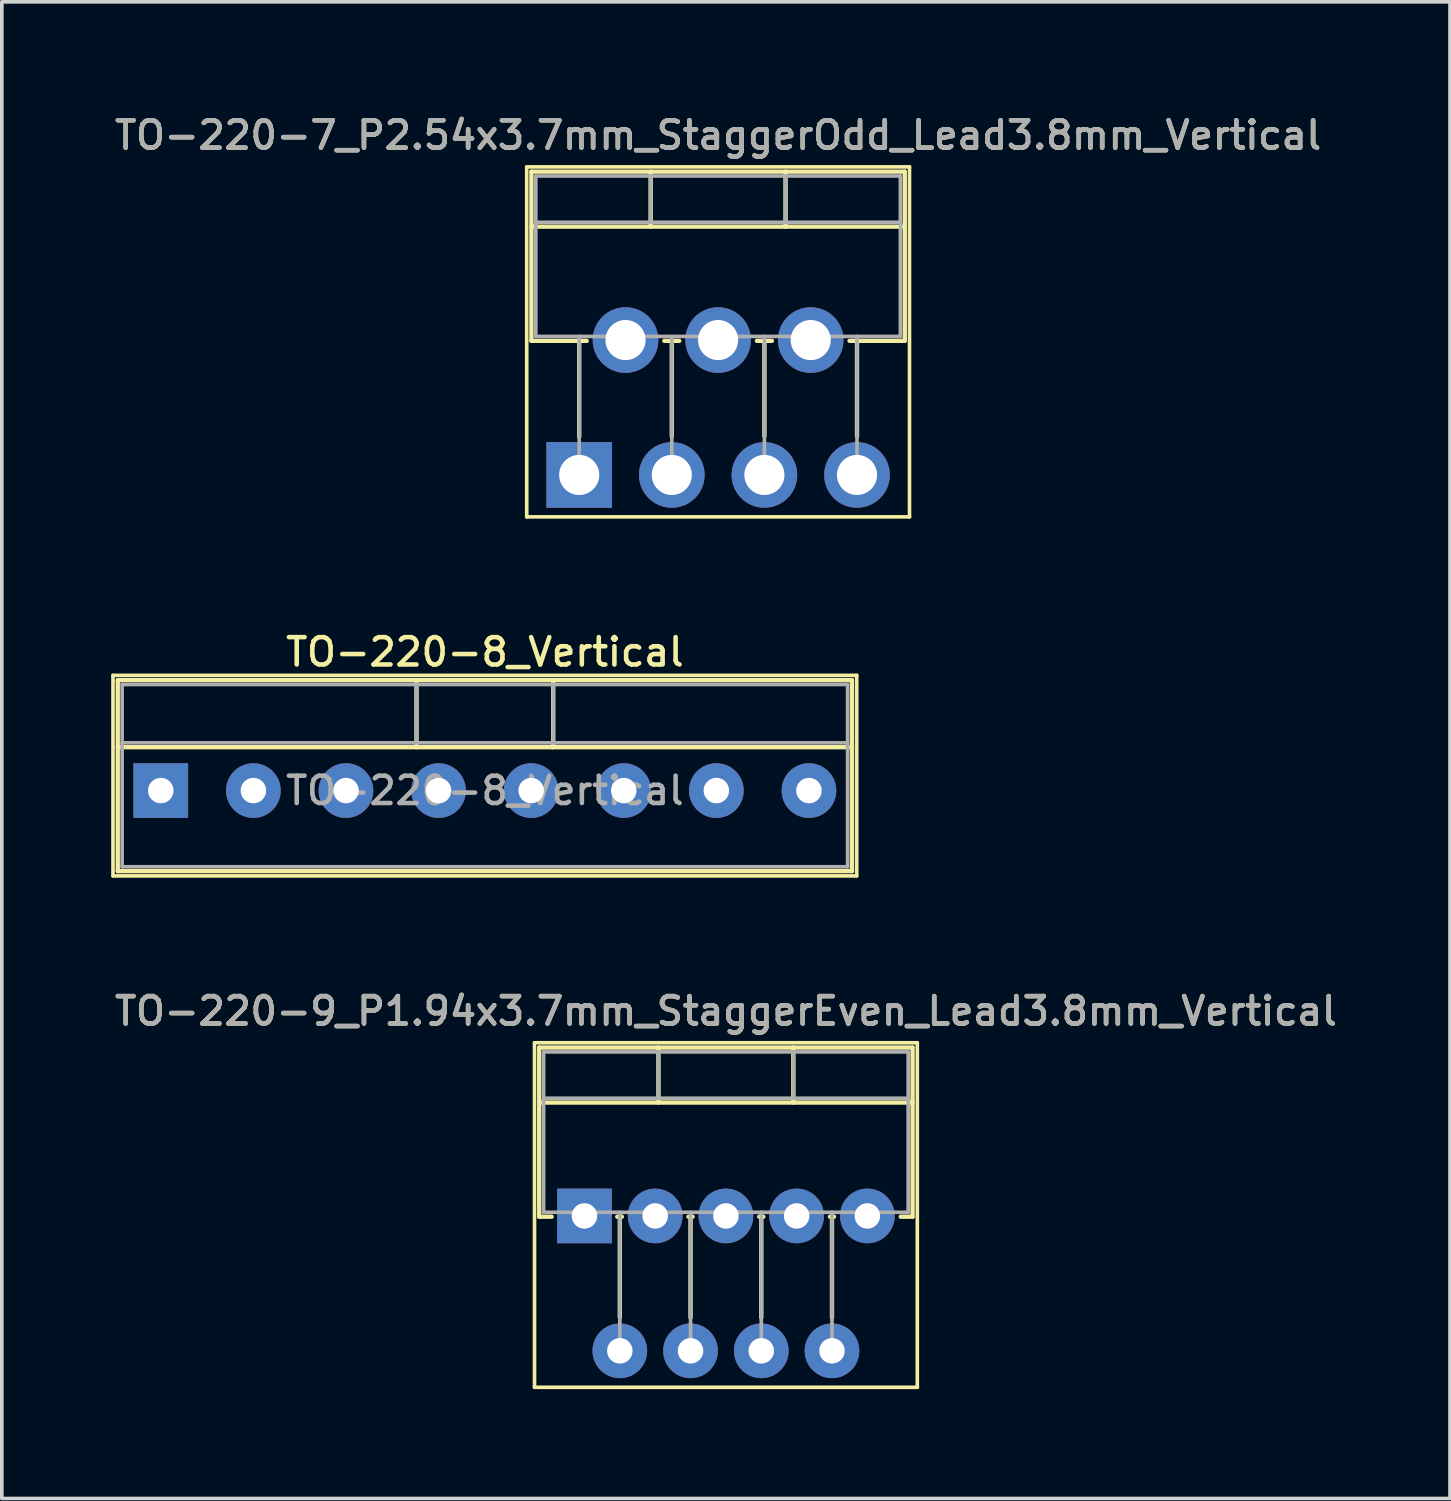
<source format=kicad_pcb>
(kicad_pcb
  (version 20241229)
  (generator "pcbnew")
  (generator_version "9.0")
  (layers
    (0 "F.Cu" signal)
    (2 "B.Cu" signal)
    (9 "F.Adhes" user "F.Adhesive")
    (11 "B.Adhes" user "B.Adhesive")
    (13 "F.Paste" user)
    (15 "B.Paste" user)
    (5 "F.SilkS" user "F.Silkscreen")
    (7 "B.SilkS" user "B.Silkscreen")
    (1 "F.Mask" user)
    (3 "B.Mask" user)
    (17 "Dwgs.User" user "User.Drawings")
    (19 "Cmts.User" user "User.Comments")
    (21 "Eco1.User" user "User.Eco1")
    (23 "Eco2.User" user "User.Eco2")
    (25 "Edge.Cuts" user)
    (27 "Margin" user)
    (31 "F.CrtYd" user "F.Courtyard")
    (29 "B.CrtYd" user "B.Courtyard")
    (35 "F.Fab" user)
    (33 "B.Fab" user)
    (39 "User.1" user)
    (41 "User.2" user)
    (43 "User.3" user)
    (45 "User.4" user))
  (footprint "TO-220-8_Vertical"
    (layer "F.Cu")
    (at 1.36 18.636)
    (property "Reference" "TO-220-8_Vertical" (at 8.89 -3.8 0) (layer "F.SilkS") (effects (font (size 0.75 0.75) (thickness 0.125))))
    (attr through_hole)
    (fp_line (start -1.31 -3.16) (end -1.31 2.34) (stroke (width 0.1) (type solid)) (layer "F.SilkS"))
    (fp_line (start -1.31 2.34) (end 19.09 2.34) (stroke (width 0.1) (type solid)) (layer "F.SilkS"))
    (fp_line (start -1.18 -3.03) (end -1.18 2.211) (stroke (width 0.12) (type solid)) (layer "F.SilkS"))
    (fp_line (start -1.18 -3.03) (end 18.96 -3.03) (stroke (width 0.12) (type solid)) (layer "F.SilkS"))
    (fp_line (start -1.18 -1.19) (end 18.96 -1.19) (stroke (width 0.12) (type solid)) (layer "F.SilkS"))
    (fp_line (start -1.18 2.21) (end 18.96 2.21) (stroke (width 0.12) (type solid)) (layer "F.SilkS"))
    (fp_line (start 7.015 -3.03) (end 7.015 -1.19) (stroke (width 0.12) (type solid)) (layer "F.SilkS"))
    (fp_line (start 10.765 -3.03) (end 10.765 -1.19) (stroke (width 0.12) (type solid)) (layer "F.SilkS"))
    (fp_line (start 18.96 -3.03) (end 18.96 2.21) (stroke (width 0.12) (type solid)) (layer "F.SilkS"))
    (fp_line (start 19.09 -3.16) (end -1.31 -3.16) (stroke (width 0.1) (type solid)) (layer "F.SilkS"))
    (fp_line (start 19.09 2.34) (end 19.09 -3.16) (stroke (width 0.1) (type solid)) (layer "F.SilkS"))
    (fp_line (start -1.06 -2.91) (end -1.06 2.09) (stroke (width 0.1) (type solid)) (layer "F.Fab"))
    (fp_line (start -1.06 -1.31) (end 18.84 -1.31) (stroke (width 0.1) (type solid)) (layer "F.Fab"))
    (fp_line (start -1.06 2.09) (end 18.84 2.09) (stroke (width 0.1) (type solid)) (layer "F.Fab"))
    (fp_line (start 7.015 -2.91) (end 7.015 -1.31) (stroke (width 0.1) (type solid)) (layer "F.Fab"))
    (fp_line (start 10.765 -2.91) (end 10.765 -1.31) (stroke (width 0.1) (type solid)) (layer "F.Fab"))
    (fp_line (start 18.84 -2.91) (end -1.06 -2.91) (stroke (width 0.1) (type solid)) (layer "F.Fab"))
    (fp_line (start 18.84 2.09) (end 18.84 -2.91) (stroke (width 0.1) (type solid)) (layer "F.Fab"))
    (fp_text user "${REFERENCE}" (at 8.89 0 0) (layer "F.Fab") (effects (font (size 0.75 0.75) (thickness 0.125))))
    (pad "1" thru_hole rect (at 0 0) (size 1.5 1.5) (drill 0.7) (layers "*.Cu" "*.Mask"))
    (pad "2" thru_hole oval (at 2.54 0) (size 1.5 1.5) (drill 0.7) (layers "*.Cu" "*.Mask"))
    (pad "3" thru_hole oval (at 5.08 0) (size 1.5 1.5) (drill 0.7) (layers "*.Cu" "*.Mask"))
    (pad "4" thru_hole oval (at 7.62 0) (size 1.5 1.5) (drill 0.7) (layers "*.Cu" "*.Mask"))
    (pad "5" thru_hole oval (at 10.16 0) (size 1.5 1.5) (drill 0.7) (layers "*.Cu" "*.Mask"))
    (pad "6" thru_hole oval (at 12.7 0) (size 1.5 1.5) (drill 0.7) (layers "*.Cu" "*.Mask"))
    (pad "7" thru_hole oval (at 15.24 0) (size 1.5 1.5) (drill 0.7) (layers "*.Cu" "*.Mask"))
    (pad "8" thru_hole oval (at 17.78 0) (size 1.5 1.5) (drill 0.7) (layers "*.Cu" "*.Mask")))
  (footprint "TO-220-9_P1.94x3.7mm_StaggerEven_Lead3.8mm_Vertical"
    (layer "F.Cu")
    (at 12.982 30.304)
    (property "Reference" "TO-220-9_P1.94x3.7mm_StaggerEven_Lead3.8mm_Vertical" (at 3.88 -5.62 0) (layer "F.SilkS") (effects (font (size 0.75 0.75) (thickness 0.125))))
    (attr through_hole)
    (fp_line (start -1.37 -4.75) (end -1.37 4.7) (stroke (width 0.1) (type solid)) (layer "F.SilkS"))
    (fp_line (start -1.37 4.7) (end 9.13 4.7) (stroke (width 0.1) (type solid)) (layer "F.SilkS"))
    (fp_line (start -1.241 -4.62) (end -1.241 0.021) (stroke (width 0.12) (type solid)) (layer "F.SilkS"))
    (fp_line (start -1.241 -4.62) (end 9 -4.62) (stroke (width 0.12) (type solid)) (layer "F.SilkS"))
    (fp_line (start -1.241 -3.111) (end 9 -3.111) (stroke (width 0.12) (type solid)) (layer "F.SilkS"))
    (fp_line (start -1.241 0.021) (end -0.9 0.021) (stroke (width 0.12) (type solid)) (layer "F.SilkS"))
    (fp_line (start 0.9 0.021) (end 1.025 0.021) (stroke (width 0.12) (type solid)) (layer "F.SilkS"))
    (fp_line (start 0.97 0.021) (end 0.97 2.785) (stroke (width 0.12) (type solid)) (layer "F.SilkS"))
    (fp_line (start 2.03 -4.62) (end 2.03 -3.111) (stroke (width 0.12) (type solid)) (layer "F.SilkS"))
    (fp_line (start 2.855 0.021) (end 2.965 0.021) (stroke (width 0.12) (type solid)) (layer "F.SilkS"))
    (fp_line (start 2.91 0.021) (end 2.91 2.785) (stroke (width 0.12) (type solid)) (layer "F.SilkS"))
    (fp_line (start 4.795 0.021) (end 4.905 0.021) (stroke (width 0.12) (type solid)) (layer "F.SilkS"))
    (fp_line (start 4.85 0.021) (end 4.85 2.785) (stroke (width 0.12) (type solid)) (layer "F.SilkS"))
    (fp_line (start 5.73 -4.62) (end 5.73 -3.111) (stroke (width 0.12) (type solid)) (layer "F.SilkS"))
    (fp_line (start 6.735 0.021) (end 6.845 0.021) (stroke (width 0.12) (type solid)) (layer "F.SilkS"))
    (fp_line (start 6.79 0.021) (end 6.79 2.785) (stroke (width 0.12) (type solid)) (layer "F.SilkS"))
    (fp_line (start 8.675 0.021) (end 9 0.021) (stroke (width 0.12) (type solid)) (layer "F.SilkS"))
    (fp_line (start 9 -4.62) (end 9 0.021) (stroke (width 0.12) (type solid)) (layer "F.SilkS"))
    (fp_line (start 9.13 -4.75) (end -1.37 -4.75) (stroke (width 0.1) (type solid)) (layer "F.SilkS"))
    (fp_line (start 9.13 4.7) (end 9.13 -4.75) (stroke (width 0.1) (type solid)) (layer "F.SilkS"))
    (fp_line (start -1.12 -4.5) (end -1.12 -0.1) (stroke (width 0.1) (type solid)) (layer "F.Fab"))
    (fp_line (start -1.12 -3.23) (end 8.88 -3.23) (stroke (width 0.1) (type solid)) (layer "F.Fab"))
    (fp_line (start -1.12 -0.1) (end 8.88 -0.1) (stroke (width 0.1) (type solid)) (layer "F.Fab"))
    (fp_line (start 0 -0.1) (end 0 0) (stroke (width 0.1) (type solid)) (layer "F.Fab"))
    (fp_line (start 0.97 -0.1) (end 0.97 3.7) (stroke (width 0.1) (type solid)) (layer "F.Fab"))
    (fp_line (start 1.94 -0.1) (end 1.94 0) (stroke (width 0.1) (type solid)) (layer "F.Fab"))
    (fp_line (start 2.03 -4.5) (end 2.03 -3.23) (stroke (width 0.1) (type solid)) (layer "F.Fab"))
    (fp_line (start 2.91 -0.1) (end 2.91 3.7) (stroke (width 0.1) (type solid)) (layer "F.Fab"))
    (fp_line (start 3.88 -0.1) (end 3.88 0) (stroke (width 0.1) (type solid)) (layer "F.Fab"))
    (fp_line (start 4.85 -0.1) (end 4.85 3.7) (stroke (width 0.1) (type solid)) (layer "F.Fab"))
    (fp_line (start 5.73 -4.5) (end 5.73 -3.23) (stroke (width 0.1) (type solid)) (layer "F.Fab"))
    (fp_line (start 5.82 -0.1) (end 5.82 0) (stroke (width 0.1) (type solid)) (layer "F.Fab"))
    (fp_line (start 6.79 -0.1) (end 6.79 3.7) (stroke (width 0.1) (type solid)) (layer "F.Fab"))
    (fp_line (start 7.76 -0.1) (end 7.76 0) (stroke (width 0.1) (type solid)) (layer "F.Fab"))
    (fp_line (start 8.88 -4.5) (end -1.12 -4.5) (stroke (width 0.1) (type solid)) (layer "F.Fab"))
    (fp_line (start 8.88 -0.1) (end 8.88 -4.5) (stroke (width 0.1) (type solid)) (layer "F.Fab"))
    (fp_text user "${REFERENCE}" (at 3.88 -5.62 0) (layer "F.Fab") (effects (font (size 0.75 0.75) (thickness 0.125))))
    (pad "1" thru_hole rect (at 0 0) (size 1.5 1.5) (drill 0.7) (layers "*.Cu" "*.Mask"))
    (pad "2" thru_hole oval (at 0.97 3.7) (size 1.5 1.5) (drill 0.7) (layers "*.Cu" "*.Mask"))
    (pad "3" thru_hole oval (at 1.94 0) (size 1.5 1.5) (drill 0.7) (layers "*.Cu" "*.Mask"))
    (pad "4" thru_hole oval (at 2.91 3.7) (size 1.5 1.5) (drill 0.7) (layers "*.Cu" "*.Mask"))
    (pad "5" thru_hole oval (at 3.88 0) (size 1.5 1.5) (drill 0.7) (layers "*.Cu" "*.Mask"))
    (pad "6" thru_hole oval (at 4.85 3.7) (size 1.5 1.5) (drill 0.7) (layers "*.Cu" "*.Mask"))
    (pad "7" thru_hole oval (at 5.82 0) (size 1.5 1.5) (drill 0.7) (layers "*.Cu" "*.Mask"))
    (pad "8" thru_hole oval (at 6.79 3.7) (size 1.5 1.5) (drill 0.7) (layers "*.Cu" "*.Mask"))
    (pad "9" thru_hole oval (at 7.76 0) (size 1.5 1.5) (drill 0.7) (layers "*.Cu" "*.Mask")))
  (footprint "TO-220-7_P2.54x3.7mm_StaggerOdd_Lead3.8mm_Vertical"
    (layer "F.Cu")
    (at 12.838 9.978)
    (property "Reference" "TO-220-7_P2.54x3.7mm_StaggerOdd_Lead3.8mm_Vertical" (at 3.81 -9.32 0) (layer "F.SilkS") (effects (font (size 0.75 0.75) (thickness 0.125))))
    (attr through_hole)
    (fp_line (start -1.44 -8.45) (end -1.44 1.15) (stroke (width 0.1) (type solid)) (layer "F.SilkS"))
    (fp_line (start -1.44 1.15) (end 9.06 1.15) (stroke (width 0.1) (type solid)) (layer "F.SilkS"))
    (fp_line (start -1.31 -8.32) (end -1.31 -3.679) (stroke (width 0.12) (type solid)) (layer "F.SilkS"))
    (fp_line (start -1.31 -8.32) (end 8.93 -8.32) (stroke (width 0.12) (type solid)) (layer "F.SilkS"))
    (fp_line (start -1.31 -6.811) (end 8.93 -6.811) (stroke (width 0.12) (type solid)) (layer "F.SilkS"))
    (fp_line (start -1.31 -3.679) (end 0.205 -3.679) (stroke (width 0.12) (type solid)) (layer "F.SilkS"))
    (fp_line (start 0 -3.679) (end 0 -1.049) (stroke (width 0.12) (type solid)) (layer "F.SilkS"))
    (fp_line (start 1.96 -8.32) (end 1.96 -6.811) (stroke (width 0.12) (type solid)) (layer "F.SilkS"))
    (fp_line (start 2.336 -3.679) (end 2.745 -3.679) (stroke (width 0.12) (type solid)) (layer "F.SilkS"))
    (fp_line (start 2.54 -3.679) (end 2.54 -1.065) (stroke (width 0.12) (type solid)) (layer "F.SilkS"))
    (fp_line (start 4.875 -3.679) (end 5.285 -3.679) (stroke (width 0.12) (type solid)) (layer "F.SilkS"))
    (fp_line (start 5.08 -3.679) (end 5.08 -1.065) (stroke (width 0.12) (type solid)) (layer "F.SilkS"))
    (fp_line (start 5.66 -8.32) (end 5.66 -6.811) (stroke (width 0.12) (type solid)) (layer "F.SilkS"))
    (fp_line (start 7.415 -3.679) (end 8.93 -3.679) (stroke (width 0.12) (type solid)) (layer "F.SilkS"))
    (fp_line (start 7.62 -3.679) (end 7.62 -1.065) (stroke (width 0.12) (type solid)) (layer "F.SilkS"))
    (fp_line (start 8.93 -8.32) (end 8.93 -3.679) (stroke (width 0.12) (type solid)) (layer "F.SilkS"))
    (fp_line (start 9.06 -8.45) (end -1.44 -8.45) (stroke (width 0.1) (type solid)) (layer "F.SilkS"))
    (fp_line (start 9.06 1.15) (end 9.06 -8.45) (stroke (width 0.1) (type solid)) (layer "F.SilkS"))
    (fp_line (start -1.19 -8.2) (end -1.19 -3.8) (stroke (width 0.1) (type solid)) (layer "F.Fab"))
    (fp_line (start -1.19 -6.93) (end 8.81 -6.93) (stroke (width 0.1) (type solid)) (layer "F.Fab"))
    (fp_line (start -1.19 -3.8) (end 8.81 -3.8) (stroke (width 0.1) (type solid)) (layer "F.Fab"))
    (fp_line (start 0 -3.8) (end 0 0) (stroke (width 0.1) (type solid)) (layer "F.Fab"))
    (fp_line (start 1.27 -3.8) (end 1.27 -3.7) (stroke (width 0.1) (type solid)) (layer "F.Fab"))
    (fp_line (start 1.96 -8.2) (end 1.96 -6.93) (stroke (width 0.1) (type solid)) (layer "F.Fab"))
    (fp_line (start 2.54 -3.8) (end 2.54 0) (stroke (width 0.1) (type solid)) (layer "F.Fab"))
    (fp_line (start 3.81 -3.8) (end 3.81 -3.7) (stroke (width 0.1) (type solid)) (layer "F.Fab"))
    (fp_line (start 5.08 -3.8) (end 5.08 0) (stroke (width 0.1) (type solid)) (layer "F.Fab"))
    (fp_line (start 5.66 -8.2) (end 5.66 -6.93) (stroke (width 0.1) (type solid)) (layer "F.Fab"))
    (fp_line (start 6.35 -3.8) (end 6.35 -3.7) (stroke (width 0.1) (type solid)) (layer "F.Fab"))
    (fp_line (start 7.62 -3.8) (end 7.62 0) (stroke (width 0.1) (type solid)) (layer "F.Fab"))
    (fp_line (start 8.81 -8.2) (end -1.19 -8.2) (stroke (width 0.1) (type solid)) (layer "F.Fab"))
    (fp_line (start 8.81 -3.8) (end 8.81 -8.2) (stroke (width 0.1) (type solid)) (layer "F.Fab"))
    (fp_text user "${REFERENCE}" (at 3.81 -9.32 0) (layer "F.Fab") (effects (font (size 0.75 0.75) (thickness 0.125))))
    (pad "1" thru_hole rect (at 0 0) (size 1.8 1.8) (drill 1.1) (layers "*.Cu" "*.Mask"))
    (pad "2" thru_hole oval (at 1.27 -3.7) (size 1.8 1.8) (drill 1.1) (layers "*.Cu" "*.Mask"))
    (pad "3" thru_hole oval (at 2.54 0) (size 1.8 1.8) (drill 1.1) (layers "*.Cu" "*.Mask"))
    (pad "4" thru_hole oval (at 3.81 -3.7) (size 1.8 1.8) (drill 1.1) (layers "*.Cu" "*.Mask"))
    (pad "5" thru_hole oval (at 5.08 0) (size 1.8 1.8) (drill 1.1) (layers "*.Cu" "*.Mask"))
    (pad "6" thru_hole oval (at 6.35 -3.7) (size 1.8 1.8) (drill 1.1) (layers "*.Cu" "*.Mask"))
    (pad "7" thru_hole oval (at 7.62 0) (size 1.8 1.8) (drill 1.1) (layers "*.Cu" "*.Mask")))
  (gr_rect
    (start -3 -3)
    (end 36.725 38.054)
    (stroke (width 0.1) (type default))
    (fill no)
    (layer "Edge.Cuts")))
</source>
